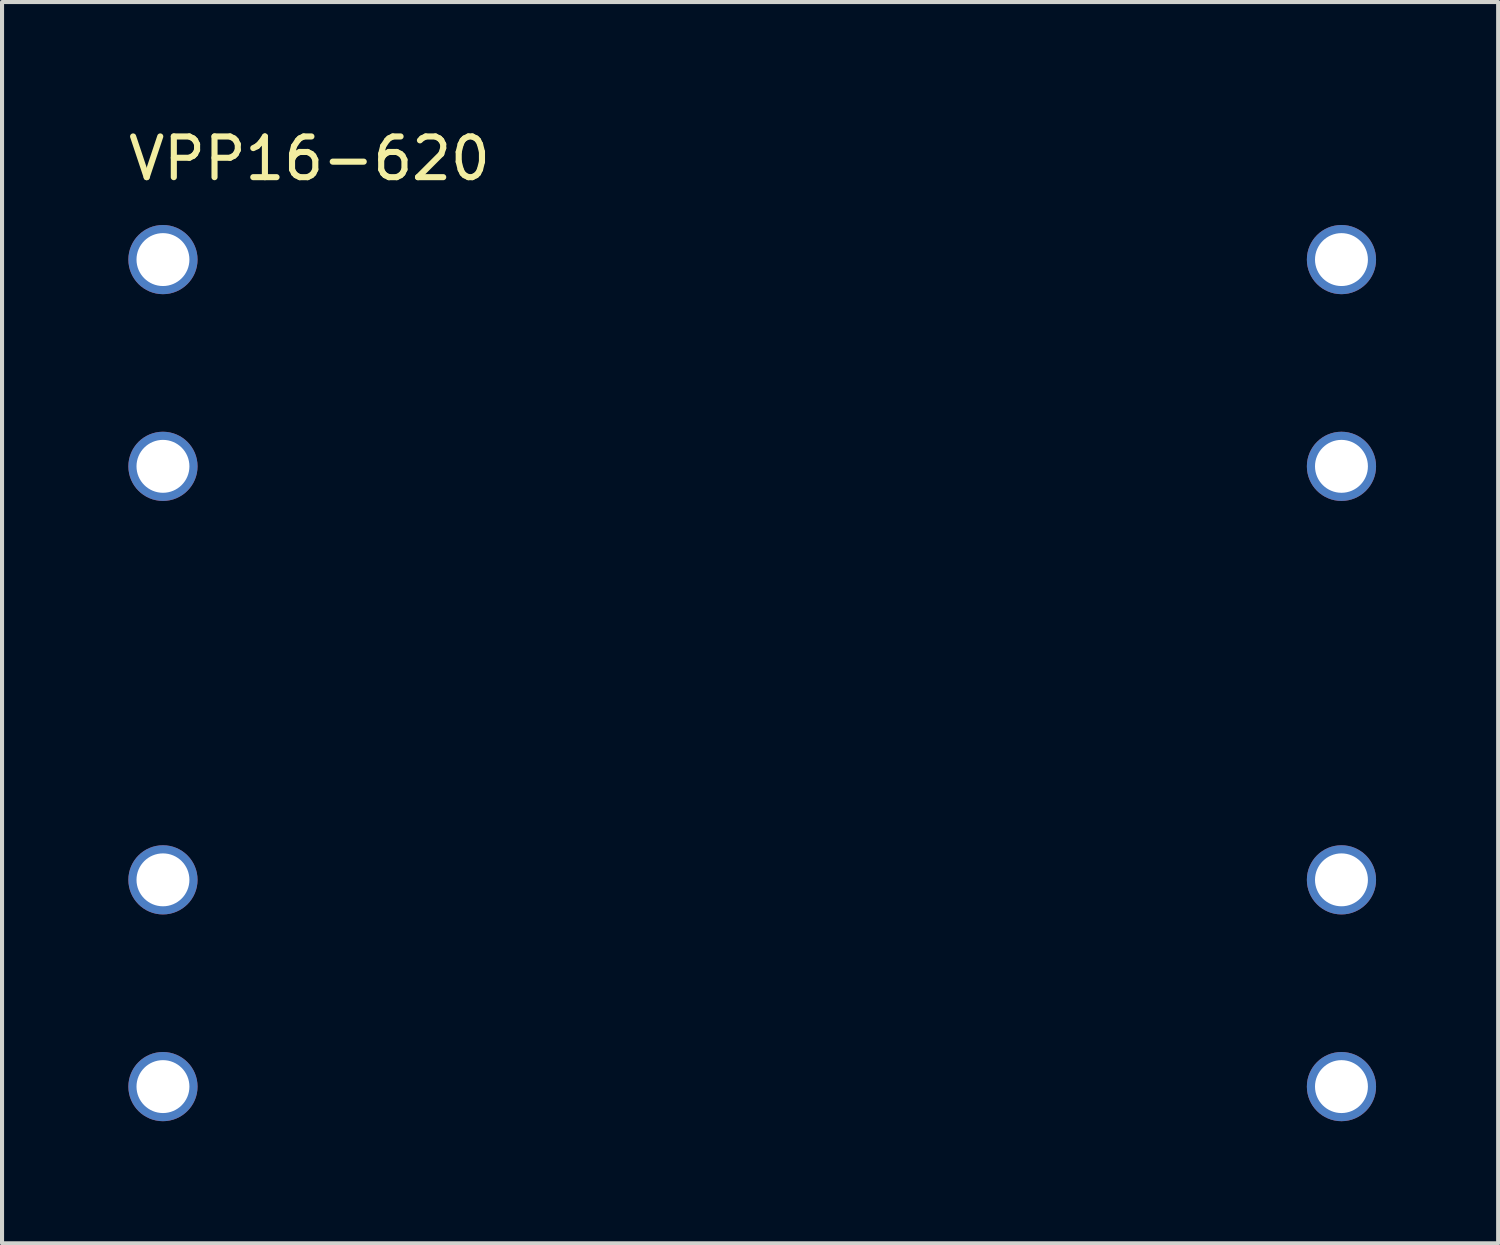
<source format=kicad_pcb>
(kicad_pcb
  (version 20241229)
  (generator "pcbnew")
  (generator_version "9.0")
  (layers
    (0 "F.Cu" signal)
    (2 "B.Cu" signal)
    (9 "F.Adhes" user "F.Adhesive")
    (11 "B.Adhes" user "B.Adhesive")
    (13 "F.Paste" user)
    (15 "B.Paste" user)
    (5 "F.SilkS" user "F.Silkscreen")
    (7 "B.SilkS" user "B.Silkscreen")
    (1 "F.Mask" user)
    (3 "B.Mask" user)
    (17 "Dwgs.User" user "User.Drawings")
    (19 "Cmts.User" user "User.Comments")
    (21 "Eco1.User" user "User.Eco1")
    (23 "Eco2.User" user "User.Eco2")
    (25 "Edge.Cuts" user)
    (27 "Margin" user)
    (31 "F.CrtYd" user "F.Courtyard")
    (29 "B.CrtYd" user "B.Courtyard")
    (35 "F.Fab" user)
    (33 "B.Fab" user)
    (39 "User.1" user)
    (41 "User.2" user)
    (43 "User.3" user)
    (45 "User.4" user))
  (footprint "VPP16-620"
    (layer "F.Cu")
    (at 0.954 23.648)
    (property "Reference" "VPP16-620" (at 3.6 -22.8 0) (layer "F.SilkS") (effects (font (size 1 1) (thickness 0.15))))
    (attr through_hole)
    (pad "1" thru_hole circle (at 0 0) (size 1.7 1.7) (drill 1.3) (layers "*.Cu" "*.Mask"))
    (pad "2" thru_hole circle (at 0 -5.08) (size 1.7 1.7) (drill 1.3) (layers "*.Cu" "*.Mask"))
    (pad "3" thru_hole circle (at 0 -15.24) (size 1.7 1.7) (drill 1.3) (layers "*.Cu" "*.Mask"))
    (pad "4" thru_hole circle (at 0 -20.32) (size 1.7 1.7) (drill 1.3) (layers "*.Cu" "*.Mask"))
    (pad "5" thru_hole circle (at 28.956 0) (size 1.7 1.7) (drill 1.3) (layers "*.Cu" "*.Mask"))
    (pad "6" thru_hole circle (at 28.956 -5.08) (size 1.7 1.7) (drill 1.3) (layers "*.Cu" "*.Mask"))
    (pad "7" thru_hole circle (at 28.956 -15.24) (size 1.7 1.7) (drill 1.3) (layers "*.Cu" "*.Mask"))
    (pad "8" thru_hole circle (at 28.956 -20.32) (size 1.7 1.7) (drill 1.3) (layers "*.Cu" "*.Mask")))
  (gr_rect
    (start -3 -3)
    (end 33.76 27.498)
    (stroke (width 0.1) (type default))
    (fill no)
    (layer "Edge.Cuts")))
</source>
